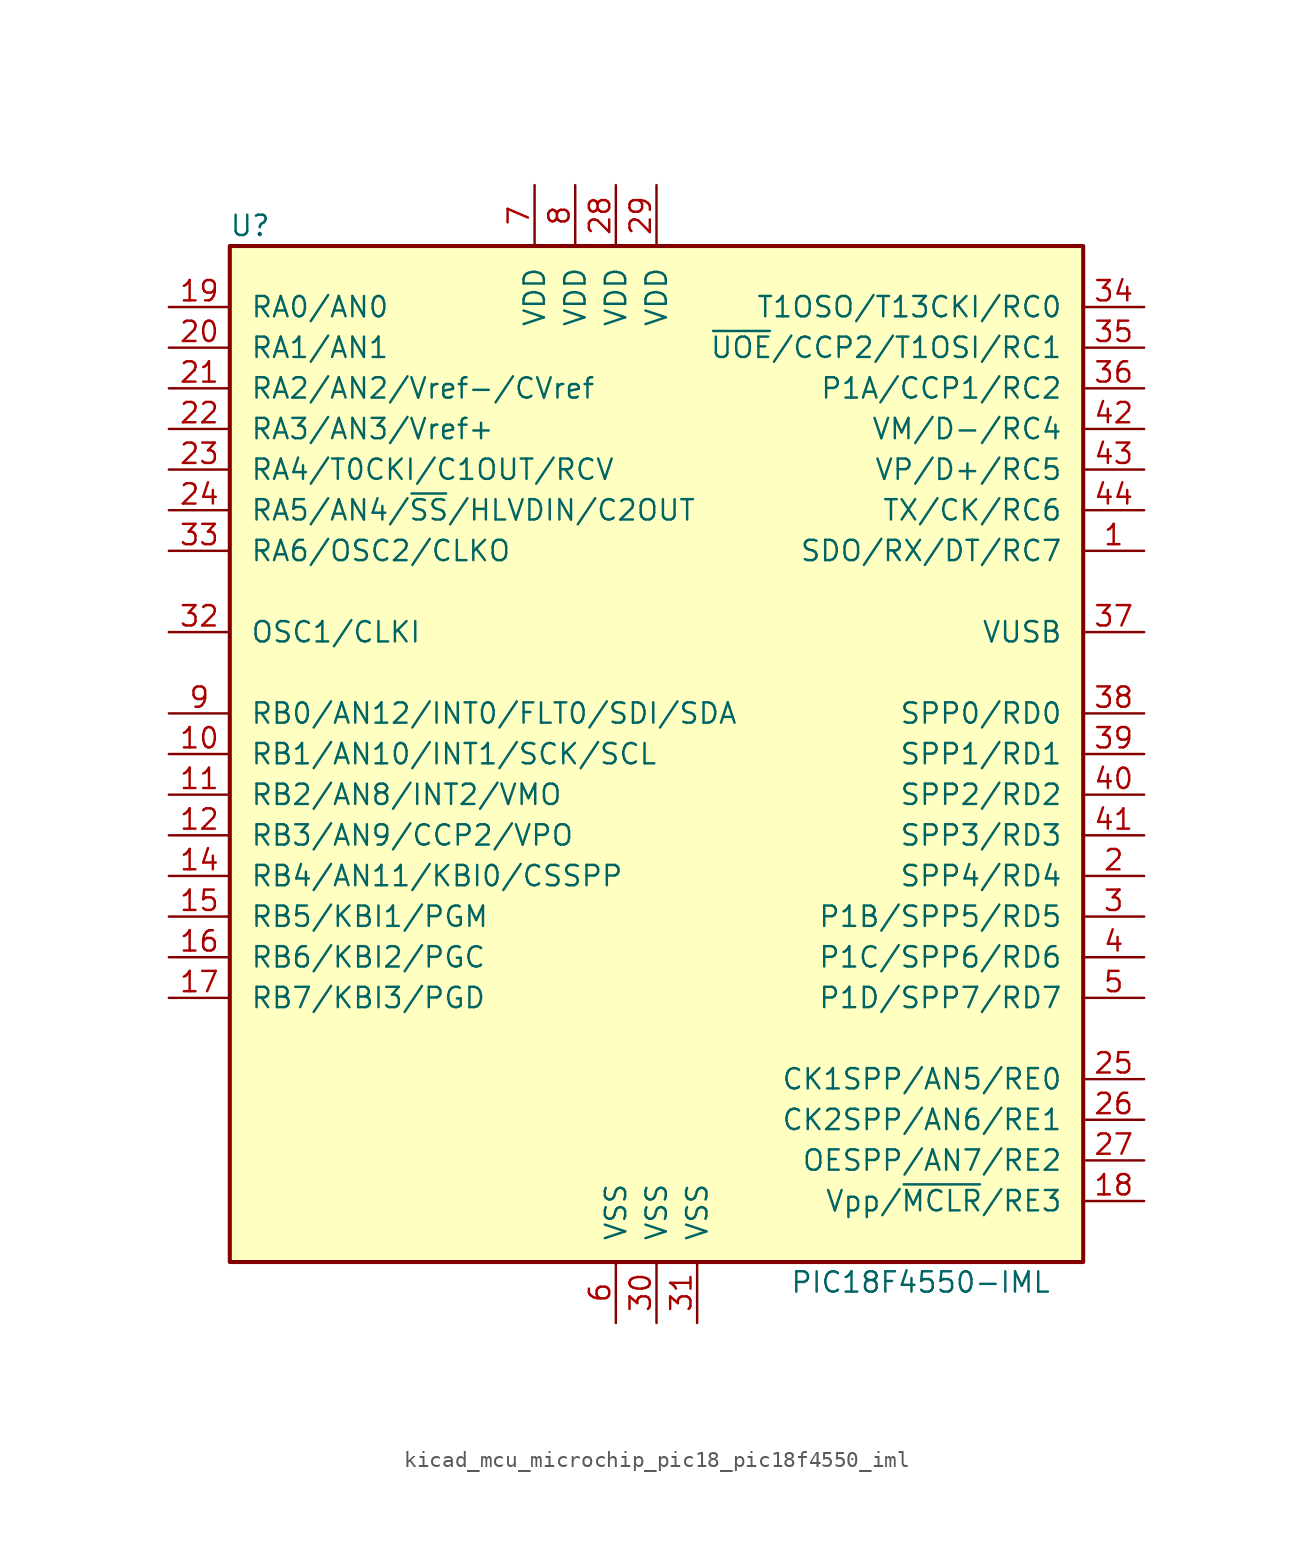
<source format=kicad_sym>
(kicad_symbol_lib
  (version 20220914)
  (generator kicad_symbol_editor)
  (symbol "kicad_mcu_microchip_pic18_pic18f4550_iml"
    (pin_names
      (offset 1.27))
    (property "Reference" "U"
      (at -25.4 33.02 0)
      (effects (font (size 1.27 1.27))))
    (property "Value" "PIC18F4550-IML"
      (at 16.51 -33.02 0)
      (effects (font (size 1.27 1.27))))
    (symbol "kicad_mcu_microchip_pic18_pic18f4550_iml_0_1"
      (rectangle (start -26.67 31.75) (end 26.67 -31.75) (stroke (width 0.254) (type default)) (fill (type background))))
    (symbol "kicad_mcu_microchip_pic18_pic18f4550_iml_1_1"
      (pin bidirectional line (at 30.48 12.7 180) (length 3.81) (name "SDO/RX/DT/RC7" (effects (font (size 1.27 1.27)))) (number "1" (effects (font (size 1.27 1.27)))))
      (pin bidirectional line (at -30.48 0 0) (length 3.81) (name "RB1/AN10/INT1/SCK/SCL" (effects (font (size 1.27 1.27)))) (number "10" (effects (font (size 1.27 1.27)))))
      (pin bidirectional line (at -30.48 -2.54 0) (length 3.81) (name "RB2/AN8/INT2/VMO" (effects (font (size 1.27 1.27)))) (number "11" (effects (font (size 1.27 1.27)))))
      (pin bidirectional line (at -30.48 -5.08 0) (length 3.81) (name "RB3/AN9/CCP2/VPO" (effects (font (size 1.27 1.27)))) (number "12" (effects (font (size 1.27 1.27)))))
      (pin no_connect line (at -7.62 -31.75 90) (length 3.81) hide (name "NC" (effects (font (size 1.27 1.27)))) (number "13" (effects (font (size 1.27 1.27)))))
      (pin bidirectional line (at -30.48 -7.62 0) (length 3.81) (name "RB4/AN11/KBI0/CSSPP" (effects (font (size 1.27 1.27)))) (number "14" (effects (font (size 1.27 1.27)))))
      (pin bidirectional line (at -30.48 -10.16 0) (length 3.81) (name "RB5/KBI1/PGM" (effects (font (size 1.27 1.27)))) (number "15" (effects (font (size 1.27 1.27)))))
      (pin bidirectional line (at -30.48 -12.7 0) (length 3.81) (name "RB6/KBI2/PGC" (effects (font (size 1.27 1.27)))) (number "16" (effects (font (size 1.27 1.27)))))
      (pin bidirectional line (at -30.48 -15.24 0) (length 3.81) (name "RB7/KBI3/PGD" (effects (font (size 1.27 1.27)))) (number "17" (effects (font (size 1.27 1.27)))))
      (pin input line (at 30.48 -27.94 180) (length 3.81) (name "Vpp/~{MCLR}/RE3" (effects (font (size 1.27 1.27)))) (number "18" (effects (font (size 1.27 1.27)))))
      (pin bidirectional line (at -30.48 27.94 0) (length 3.81) (name "RA0/AN0" (effects (font (size 1.27 1.27)))) (number "19" (effects (font (size 1.27 1.27)))))
      (pin bidirectional line (at 30.48 -7.62 180) (length 3.81) (name "SPP4/RD4" (effects (font (size 1.27 1.27)))) (number "2" (effects (font (size 1.27 1.27)))))
      (pin bidirectional line (at -30.48 25.4 0) (length 3.81) (name "RA1/AN1" (effects (font (size 1.27 1.27)))) (number "20" (effects (font (size 1.27 1.27)))))
      (pin bidirectional line (at -30.48 22.86 0) (length 3.81) (name "RA2/AN2/Vref-/CVref" (effects (font (size 1.27 1.27)))) (number "21" (effects (font (size 1.27 1.27)))))
      (pin bidirectional line (at -30.48 20.32 0) (length 3.81) (name "RA3/AN3/Vref+" (effects (font (size 1.27 1.27)))) (number "22" (effects (font (size 1.27 1.27)))))
      (pin bidirectional line (at -30.48 17.78 0) (length 3.81) (name "RA4/T0CKI/C1OUT/RCV" (effects (font (size 1.27 1.27)))) (number "23" (effects (font (size 1.27 1.27)))))
      (pin bidirectional line (at -30.48 15.24 0) (length 3.81) (name "RA5/AN4/~{SS}/HLVDIN/C2OUT" (effects (font (size 1.27 1.27)))) (number "24" (effects (font (size 1.27 1.27)))))
      (pin bidirectional line (at 30.48 -20.32 180) (length 3.81) (name "CK1SPP/AN5/RE0" (effects (font (size 1.27 1.27)))) (number "25" (effects (font (size 1.27 1.27)))))
      (pin bidirectional line (at 30.48 -22.86 180) (length 3.81) (name "CK2SPP/AN6/RE1" (effects (font (size 1.27 1.27)))) (number "26" (effects (font (size 1.27 1.27)))))
      (pin bidirectional line (at 30.48 -25.4 180) (length 3.81) (name "OESPP/AN7/RE2" (effects (font (size 1.27 1.27)))) (number "27" (effects (font (size 1.27 1.27)))))
      (pin power_in line (at -2.54 35.56 270) (length 3.81) (name "VDD" (effects (font (size 1.27 1.27)))) (number "28" (effects (font (size 1.27 1.27)))))
      (pin power_in line (at 0 35.56 270) (length 3.81) (name "VDD" (effects (font (size 1.27 1.27)))) (number "29" (effects (font (size 1.27 1.27)))))
      (pin bidirectional line (at 30.48 -10.16 180) (length 3.81) (name "P1B/SPP5/RD5" (effects (font (size 1.27 1.27)))) (number "3" (effects (font (size 1.27 1.27)))))
      (pin power_in line (at 0 -35.56 90) (length 3.81) (name "VSS" (effects (font (size 1.27 1.27)))) (number "30" (effects (font (size 1.27 1.27)))))
      (pin power_in line (at 2.54 -35.56 90) (length 3.81) (name "VSS" (effects (font (size 1.27 1.27)))) (number "31" (effects (font (size 1.27 1.27)))))
      (pin input line (at -30.48 7.62 0) (length 3.81) (name "OSC1/CLKI" (effects (font (size 1.27 1.27)))) (number "32" (effects (font (size 1.27 1.27)))))
      (pin output line (at -30.48 12.7 0) (length 3.81) (name "RA6/OSC2/CLKO" (effects (font (size 1.27 1.27)))) (number "33" (effects (font (size 1.27 1.27)))))
      (pin bidirectional line (at 30.48 27.94 180) (length 3.81) (name "T1OSO/T13CKI/RC0" (effects (font (size 1.27 1.27)))) (number "34" (effects (font (size 1.27 1.27)))))
      (pin bidirectional line (at 30.48 25.4 180) (length 3.81) (name "~{UOE}/CCP2/T1OSI/RC1" (effects (font (size 1.27 1.27)))) (number "35" (effects (font (size 1.27 1.27)))))
      (pin bidirectional line (at 30.48 22.86 180) (length 3.81) (name "P1A/CCP1/RC2" (effects (font (size 1.27 1.27)))) (number "36" (effects (font (size 1.27 1.27)))))
      (pin bidirectional line (at 30.48 7.62 180) (length 3.81) (name "VUSB" (effects (font (size 1.27 1.27)))) (number "37" (effects (font (size 1.27 1.27)))))
      (pin bidirectional line (at 30.48 2.54 180) (length 3.81) (name "SPP0/RD0" (effects (font (size 1.27 1.27)))) (number "38" (effects (font (size 1.27 1.27)))))
      (pin bidirectional line (at 30.48 0 180) (length 3.81) (name "SPP1/RD1" (effects (font (size 1.27 1.27)))) (number "39" (effects (font (size 1.27 1.27)))))
      (pin bidirectional line (at 30.48 -12.7 180) (length 3.81) (name "P1C/SPP6/RD6" (effects (font (size 1.27 1.27)))) (number "4" (effects (font (size 1.27 1.27)))))
      (pin bidirectional line (at 30.48 -2.54 180) (length 3.81) (name "SPP2/RD2" (effects (font (size 1.27 1.27)))) (number "40" (effects (font (size 1.27 1.27)))))
      (pin bidirectional line (at 30.48 -5.08 180) (length 3.81) (name "SPP3/RD3" (effects (font (size 1.27 1.27)))) (number "41" (effects (font (size 1.27 1.27)))))
      (pin bidirectional line (at 30.48 20.32 180) (length 3.81) (name "VM/D-/RC4" (effects (font (size 1.27 1.27)))) (number "42" (effects (font (size 1.27 1.27)))))
      (pin bidirectional line (at 30.48 17.78 180) (length 3.81) (name "VP/D+/RC5" (effects (font (size 1.27 1.27)))) (number "43" (effects (font (size 1.27 1.27)))))
      (pin bidirectional line (at 30.48 15.24 180) (length 3.81) (name "TX/CK/RC6" (effects (font (size 1.27 1.27)))) (number "44" (effects (font (size 1.27 1.27)))))
      (pin bidirectional line (at 30.48 -15.24 180) (length 3.81) (name "P1D/SPP7/RD7" (effects (font (size 1.27 1.27)))) (number "5" (effects (font (size 1.27 1.27)))))
      (pin power_in line (at -2.54 -35.56 90) (length 3.81) (name "VSS" (effects (font (size 1.27 1.27)))) (number "6" (effects (font (size 1.27 1.27)))))
      (pin power_in line (at -7.62 35.56 270) (length 3.81) (name "VDD" (effects (font (size 1.27 1.27)))) (number "7" (effects (font (size 1.27 1.27)))))
      (pin power_in line (at -5.08 35.56 270) (length 3.81) (name "VDD" (effects (font (size 1.27 1.27)))) (number "8" (effects (font (size 1.27 1.27)))))
      (pin bidirectional line (at -30.48 2.54 0) (length 3.81) (name "RB0/AN12/INT0/FLT0/SDI/SDA" (effects (font (size 1.27 1.27)))) (number "9" (effects (font (size 1.27 1.27))))))))
</source>
